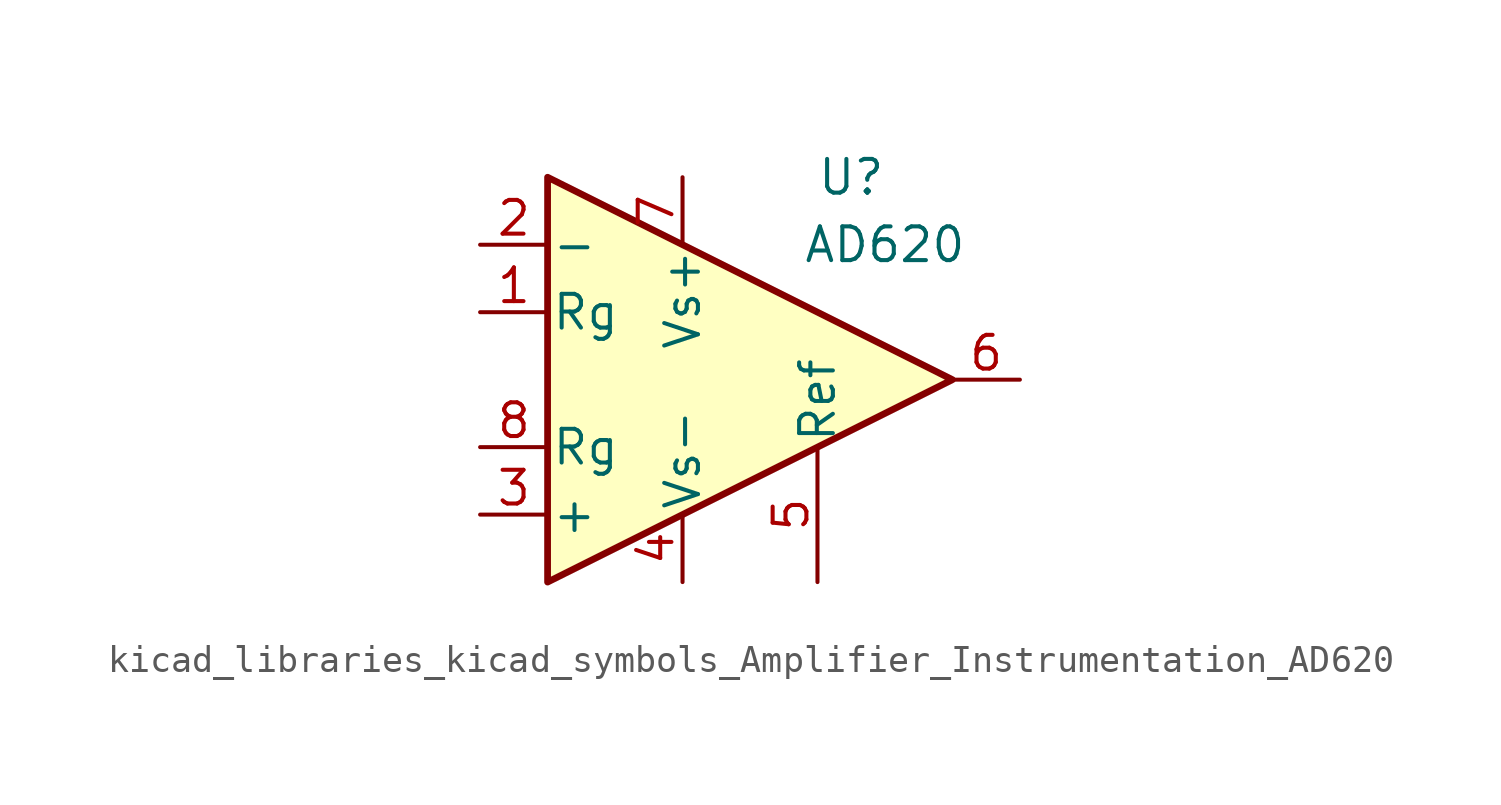
<source format=kicad_sym>
(kicad_symbol_lib
  (version 20220914)
  (generator kicad_symbol_editor)
  (symbol "kicad_libraries_kicad_symbols_Amplifier_Instrumentation_AD620"
    (pin_names
      (offset 0.127))
    (property "Reference" "U"
      (at 3.81 7.62 0)
      (effects (font (size 1.27 1.27))))
    (property "Value" "AD620"
      (at 5.08 5.08 0)
      (effects (font (size 1.27 1.27))))
    (symbol "kicad_libraries_kicad_symbols_Amplifier_Instrumentation_AD620_0_1"
      (polyline (pts (xy -7.62 7.62) (xy -7.62 -7.62) (xy 7.62 0) (xy -7.62 7.62)) (stroke (width 0.254) (type default)) (fill (type background))))
    (symbol "kicad_libraries_kicad_symbols_Amplifier_Instrumentation_AD620_1_1"
      (pin passive line (at -10.16 2.54 0) (length 2.54) (name "Rg" (effects (font (size 1.27 1.27)))) (number "1" (effects (font (size 1.27 1.27)))))
      (pin input line (at -10.16 5.08 0) (length 2.54) (name "-" (effects (font (size 1.27 1.27)))) (number "2" (effects (font (size 1.27 1.27)))))
      (pin input line (at -10.16 -5.08 0) (length 2.54) (name "+" (effects (font (size 1.27 1.27)))) (number "3" (effects (font (size 1.27 1.27)))))
      (pin power_in line (at -2.54 -7.62 90) (length 2.54) (name "Vs-" (effects (font (size 1.27 1.27)))) (number "4" (effects (font (size 1.27 1.27)))))
      (pin passive line (at 2.54 -7.62 90) (length 5.08) (name "Ref" (effects (font (size 1.27 1.27)))) (number "5" (effects (font (size 1.27 1.27)))))
      (pin output line (at 10.16 0 180) (length 2.54) (name "~" (effects (font (size 1.27 1.27)))) (number "6" (effects (font (size 1.27 1.27)))))
      (pin power_in line (at -2.54 7.62 270) (length 2.54) (name "Vs+" (effects (font (size 1.27 1.27)))) (number "7" (effects (font (size 1.27 1.27)))))
      (pin passive line (at -10.16 -2.54 0) (length 2.54) (name "Rg" (effects (font (size 1.27 1.27)))) (number "8" (effects (font (size 1.27 1.27))))))))
</source>
